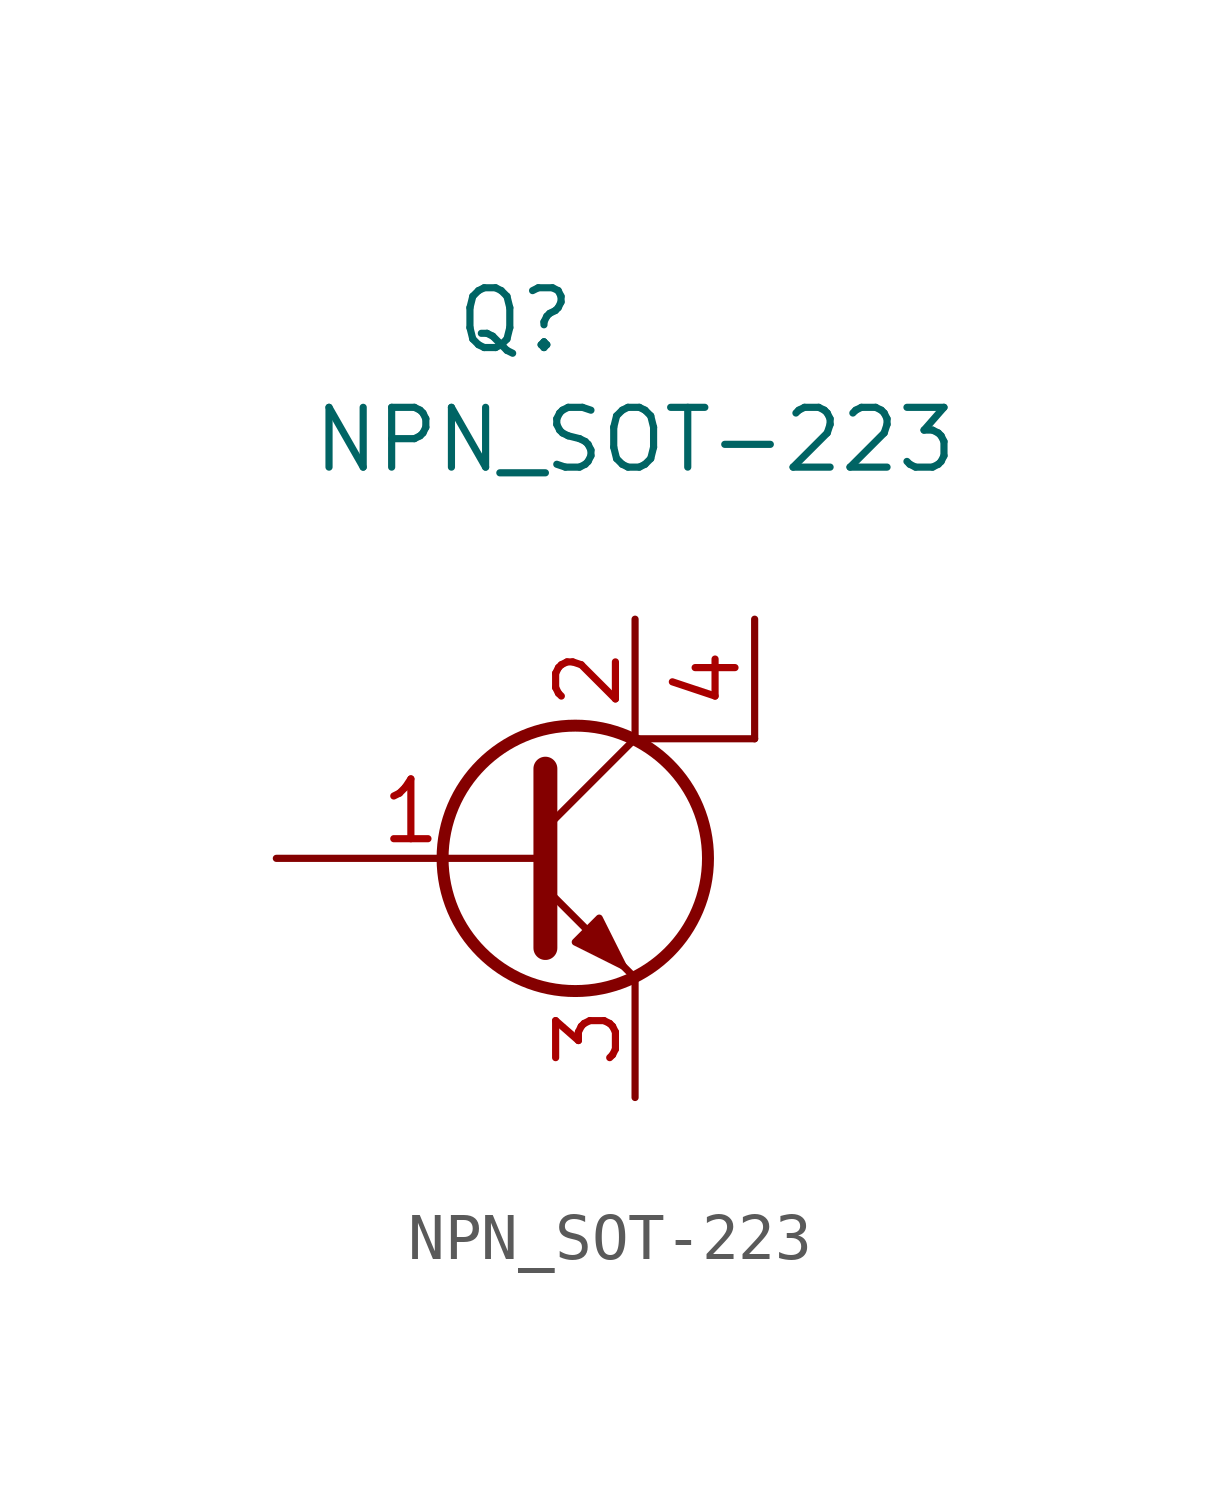
<source format=kicad_sym>
(kicad_symbol_lib
  (version 20211014)
  (generator kicad_symbol_editor)
  (symbol "NPN_SOT-223"
    (pin_names
      (offset 1.016))
    (property "Reference" "Q"
      (at -2.54 11.43 0)
      (effects (font (size 1.27 1.27))))
    (property "Value" "NPN_SOT-223"
      (at 0 8.89 0)
      (effects (font (size 1.27 1.27))))
    (symbol "NPN_SOT-223_0_1"
      (polyline (pts (xy 2.54 2.54) (xy 0 2.54)) (stroke (width 0) (type default) (color 0 0 0 0)) (fill (type none))))
    (symbol "NPN_SOT-223_1_1"
      (circle (center -1.27 0) (radius 2.819) (stroke (width 0.254) (type default) (color 0 0 0 0)) (fill (type none)))
      (polyline (pts (xy -1.905 0.635) (xy 0 2.54)) (stroke (width 0) (type default) (color 0 0 0 0)) (fill (type none)))
      (polyline (pts (xy -1.905 -0.635) (xy 0 -2.54) (xy 0 -2.54)) (stroke (width 0) (type default) (color 0 0 0 0)) (fill (type none)))
      (polyline (pts (xy -1.905 1.905) (xy -1.905 -1.905) (xy -1.905 -1.905)) (stroke (width 0.508) (type default) (color 0 0 0 0)) (fill (type none)))
      (polyline (pts (xy -1.27 -1.778) (xy -0.762 -1.27) (xy -0.254 -2.286) (xy -1.27 -1.778) (xy -1.27 -1.778)) (stroke (width 0) (type default) (color 0 0 0 0)) (fill (type outline)))
      (pin input line (at -7.62 0 0) (length 5.715) (name "~" (effects (font (size 1.27 1.27)))) (number "1" (effects (font (size 1.27 1.27)))))
      (pin passive line (at 0 5.08 270) (length 2.54) (name "~" (effects (font (size 1.27 1.27)))) (number "2" (effects (font (size 1.27 1.27)))))
      (pin passive line (at 0 -5.08 90) (length 2.54) (name "~" (effects (font (size 1.27 1.27)))) (number "3" (effects (font (size 1.27 1.27)))))
      (pin passive line (at 2.54 5.08 270) (length 2.54) (name "~" (effects (font (size 1.27 1.27)))) (number "4" (effects (font (size 1.27 1.27))))))))
</source>
